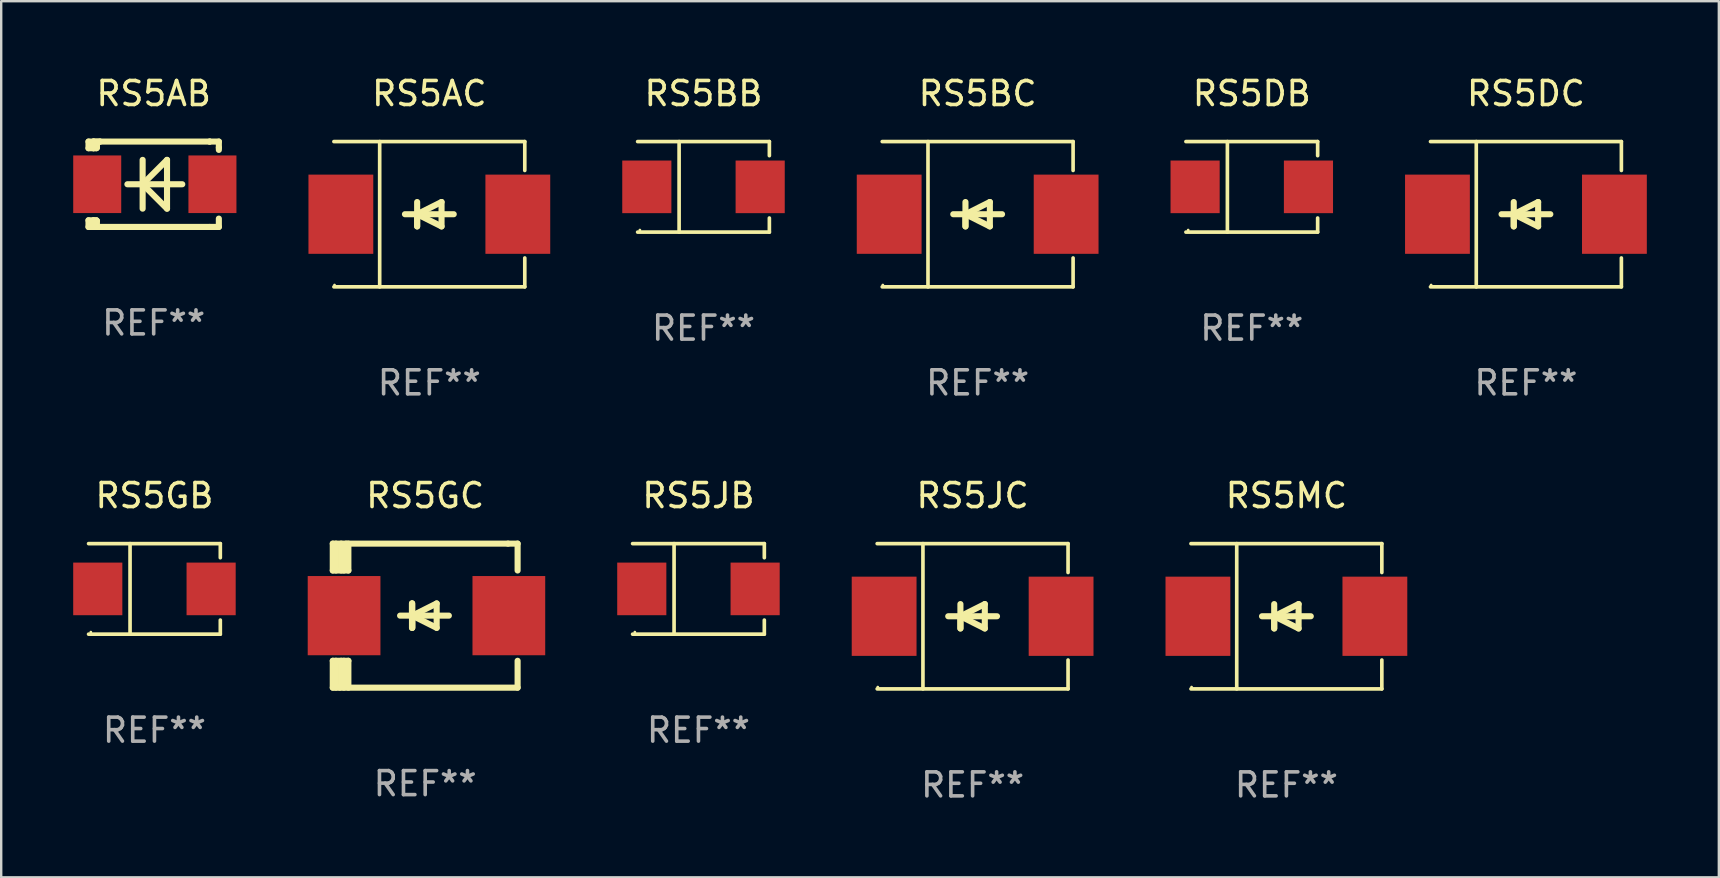
<source format=kicad_pcb>
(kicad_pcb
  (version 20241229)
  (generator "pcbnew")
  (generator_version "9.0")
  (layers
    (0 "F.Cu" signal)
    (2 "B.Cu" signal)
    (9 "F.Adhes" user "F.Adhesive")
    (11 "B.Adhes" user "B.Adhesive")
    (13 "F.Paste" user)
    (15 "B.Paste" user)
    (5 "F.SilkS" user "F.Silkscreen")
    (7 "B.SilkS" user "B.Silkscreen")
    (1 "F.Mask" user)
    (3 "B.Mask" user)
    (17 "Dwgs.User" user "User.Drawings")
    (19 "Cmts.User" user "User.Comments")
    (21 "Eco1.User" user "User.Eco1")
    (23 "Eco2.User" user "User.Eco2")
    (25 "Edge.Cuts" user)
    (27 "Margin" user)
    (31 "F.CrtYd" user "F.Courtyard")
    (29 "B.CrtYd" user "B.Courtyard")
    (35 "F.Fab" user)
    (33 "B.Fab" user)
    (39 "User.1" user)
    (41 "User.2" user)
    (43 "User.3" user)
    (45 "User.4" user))
  (footprint "RS5MC"
    (layer "F.Cu")
    (at 50.54 22.623)
    (property "Reference" "RS5MC" (at 0 -5.026 0) (layer "F.SilkS") (effects (font (size 1 1) (thickness 0.15))))
    (attr through_hole)
    (fp_line (start -3.976 -3.026) (end 3.976 -3.026) (stroke (width 0.152) (type solid)) (layer "F.SilkS"))
    (fp_line (start -3.976 3.026) (end 3.976 3.026) (stroke (width 0.152) (type solid)) (layer "F.SilkS"))
    (fp_line (start -2.069 -3.026) (end -2.069 3.026) (stroke (width 0.152) (type solid)) (layer "F.SilkS"))
    (fp_line (start -0.508 0) (end -0.508 0.508) (stroke (width 0.254) (type solid)) (layer "F.SilkS"))
    (fp_line (start -0.508 0) (end 0.508 0.508) (stroke (width 0.254) (type solid)) (layer "F.SilkS"))
    (fp_line (start -0.508 0.508) (end -0.508 -0.508) (stroke (width 0.254) (type solid)) (layer "F.SilkS"))
    (fp_line (start 0.508 -0.508) (end -0.508 0) (stroke (width 0.254) (type solid)) (layer "F.SilkS"))
    (fp_line (start 0.508 0.508) (end 0.508 -0.508) (stroke (width 0.254) (type solid)) (layer "F.SilkS"))
    (fp_line (start 1.016 0) (end -1.016 0) (stroke (width 0.254) (type solid)) (layer "F.SilkS"))
    (fp_line (start 3.976 -3.026) (end 3.976 -1.823) (stroke (width 0.152) (type solid)) (layer "F.SilkS"))
    (fp_line (start 3.976 3.026) (end 3.976 1.823) (stroke (width 0.152) (type solid)) (layer "F.SilkS"))
    (fp_circle (center -3.95 2.95) (end -3.92 2.95) (stroke (width 0.06) (type solid)) (fill no) (layer "F.SilkS"))
    (fp_text user "REF**" (at 0 7.026 0) (layer "F.Fab") (effects (font (size 1 1) (thickness 0.15))))
    (pad "1" smd rect (at -3.686 0) (size 2.7 3.3) (layers "F.Cu" "F.Mask" "F.Paste"))
    (pad "2" smd rect (at 3.686 0) (size 2.7 3.3) (layers "F.Cu" "F.Mask" "F.Paste")))
  (footprint "RS5BB"
    (layer "F.Cu")
    (at 26.257 4.734)
    (property "Reference" "RS5BB" (at 0 -3.886 0) (layer "F.SilkS") (effects (font (size 1 1) (thickness 0.15))))
    (attr through_hole)
    (fp_line (start -2.744 -1.886) (end 2.744 -1.886) (stroke (width 0.152) (type solid)) (layer "F.SilkS"))
    (fp_line (start -2.744 1.886) (end 2.744 1.886) (stroke (width 0.152) (type solid)) (layer "F.SilkS"))
    (fp_line (start -1.016 -1.886) (end -1.016 1.886) (stroke (width 0.152) (type solid)) (layer "F.SilkS"))
    (fp_line (start 2.744 -1.886) (end 2.744 -1.299) (stroke (width 0.152) (type solid)) (layer "F.SilkS"))
    (fp_line (start 2.744 1.886) (end 2.744 1.299) (stroke (width 0.152) (type solid)) (layer "F.SilkS"))
    (fp_circle (center -2.65 1.8) (end -2.62 1.8) (stroke (width 0.06) (type solid)) (fill no) (layer "F.SilkS"))
    (fp_text user "REF**" (at 0 5.886 0) (layer "F.Fab") (effects (font (size 1 1) (thickness 0.15))))
    (pad "1" smd rect (at -2.361 0) (size 2.047 2.192) (layers "F.Cu" "F.Mask" "F.Paste"))
    (pad "2" smd rect (at 2.361 0) (size 2.047 2.192) (layers "F.Cu" "F.Mask" "F.Paste")))
  (footprint "RS5BC"
    (layer "F.Cu")
    (at 37.678 5.874)
    (property "Reference" "RS5BC" (at 0 -5.026 0) (layer "F.SilkS") (effects (font (size 1 1) (thickness 0.15))))
    (attr through_hole)
    (fp_line (start -3.976 -3.026) (end 3.976 -3.026) (stroke (width 0.152) (type solid)) (layer "F.SilkS"))
    (fp_line (start -3.976 3.026) (end 3.976 3.026) (stroke (width 0.152) (type solid)) (layer "F.SilkS"))
    (fp_line (start -2.069 -3.026) (end -2.069 3.026) (stroke (width 0.152) (type solid)) (layer "F.SilkS"))
    (fp_line (start -0.508 0) (end -0.508 0.508) (stroke (width 0.254) (type solid)) (layer "F.SilkS"))
    (fp_line (start -0.508 0) (end 0.508 0.508) (stroke (width 0.254) (type solid)) (layer "F.SilkS"))
    (fp_line (start -0.508 0.508) (end -0.508 -0.508) (stroke (width 0.254) (type solid)) (layer "F.SilkS"))
    (fp_line (start 0.508 -0.508) (end -0.508 0) (stroke (width 0.254) (type solid)) (layer "F.SilkS"))
    (fp_line (start 0.508 0.508) (end 0.508 -0.508) (stroke (width 0.254) (type solid)) (layer "F.SilkS"))
    (fp_line (start 1.016 0) (end -1.016 0) (stroke (width 0.254) (type solid)) (layer "F.SilkS"))
    (fp_line (start 3.976 -3.026) (end 3.976 -1.823) (stroke (width 0.152) (type solid)) (layer "F.SilkS"))
    (fp_line (start 3.976 3.026) (end 3.976 1.823) (stroke (width 0.152) (type solid)) (layer "F.SilkS"))
    (fp_circle (center -3.95 2.95) (end -3.92 2.95) (stroke (width 0.06) (type solid)) (fill no) (layer "F.SilkS"))
    (fp_text user "REF**" (at 0 7.026 0) (layer "F.Fab") (effects (font (size 1 1) (thickness 0.15))))
    (pad "1" smd rect (at -3.686 0) (size 2.7 3.3) (layers "F.Cu" "F.Mask" "F.Paste"))
    (pad "2" smd rect (at 3.686 0) (size 2.7 3.3) (layers "F.Cu" "F.Mask" "F.Paste")))
  (footprint "RS5DC"
    (layer "F.Cu")
    (at 60.519 5.874)
    (property "Reference" "RS5DC" (at 0 -5.026 0) (layer "F.SilkS") (effects (font (size 1 1) (thickness 0.15))))
    (attr through_hole)
    (fp_line (start -3.976 -3.026) (end 3.976 -3.026) (stroke (width 0.152) (type solid)) (layer "F.SilkS"))
    (fp_line (start -3.976 3.026) (end 3.976 3.026) (stroke (width 0.152) (type solid)) (layer "F.SilkS"))
    (fp_line (start -2.069 -3.026) (end -2.069 3.026) (stroke (width 0.152) (type solid)) (layer "F.SilkS"))
    (fp_line (start -0.508 0) (end -0.508 0.508) (stroke (width 0.254) (type solid)) (layer "F.SilkS"))
    (fp_line (start -0.508 0) (end 0.508 0.508) (stroke (width 0.254) (type solid)) (layer "F.SilkS"))
    (fp_line (start -0.508 0.508) (end -0.508 -0.508) (stroke (width 0.254) (type solid)) (layer "F.SilkS"))
    (fp_line (start 0.508 -0.508) (end -0.508 0) (stroke (width 0.254) (type solid)) (layer "F.SilkS"))
    (fp_line (start 0.508 0.508) (end 0.508 -0.508) (stroke (width 0.254) (type solid)) (layer "F.SilkS"))
    (fp_line (start 1.016 0) (end -1.016 0) (stroke (width 0.254) (type solid)) (layer "F.SilkS"))
    (fp_line (start 3.976 -3.026) (end 3.976 -1.823) (stroke (width 0.152) (type solid)) (layer "F.SilkS"))
    (fp_line (start 3.976 3.026) (end 3.976 1.823) (stroke (width 0.152) (type solid)) (layer "F.SilkS"))
    (fp_circle (center -3.95 2.95) (end -3.92 2.95) (stroke (width 0.06) (type solid)) (fill no) (layer "F.SilkS"))
    (fp_text user "REF**" (at 0 7.026 0) (layer "F.Fab") (effects (font (size 1 1) (thickness 0.15))))
    (pad "1" smd rect (at -3.686 0) (size 2.7 3.3) (layers "F.Cu" "F.Mask" "F.Paste"))
    (pad "2" smd rect (at 3.686 0) (size 2.7 3.3) (layers "F.Cu" "F.Mask" "F.Paste")))
  (footprint "RS5GC"
    (layer "F.Cu")
    (at 14.663 22.597)
    (property "Reference" "RS5GC" (at 0 -5 0) (layer "F.SilkS") (effects (font (size 1 1) (thickness 0.15))))
    (attr through_hole)
    (fp_line (start -3.85 -1.881) (end -3.85 -3) (stroke (width 0.254) (type solid)) (layer "F.SilkS"))
    (fp_line (start -3.85 1.881) (end -3.2 1.881) (stroke (width 0.254) (type solid)) (layer "F.SilkS"))
    (fp_line (start -3.85 3) (end -3.85 1.881) (stroke (width 0.254) (type solid)) (layer "F.SilkS"))
    (fp_line (start -3.719 -1.881) (end -3.719 -3) (stroke (width 0.254) (type solid)) (layer "F.SilkS"))
    (fp_line (start -3.719 3) (end -3.719 1.881) (stroke (width 0.254) (type solid)) (layer "F.SilkS"))
    (fp_line (start -3.5 -3) (end -3.5 -1.881) (stroke (width 0.254) (type solid)) (layer "F.SilkS"))
    (fp_line (start -3.5 1.881) (end -3.5 2.944) (stroke (width 0.254) (type solid)) (layer "F.SilkS"))
    (fp_line (start -3.5 2.944) (end -3.556 3) (stroke (width 0.254) (type solid)) (layer "F.SilkS"))
    (fp_line (start -3.388 -2.906) (end -3.295 -3) (stroke (width 0.254) (type solid)) (layer "F.SilkS"))
    (fp_line (start -3.388 -1.881) (end -3.388 -2.906) (stroke (width 0.254) (type solid)) (layer "F.SilkS"))
    (fp_line (start -3.388 3) (end -3.388 1.881) (stroke (width 0.254) (type solid)) (layer "F.SilkS"))
    (fp_line (start -3.2 -3) (end -3.2 -1.881) (stroke (width 0.254) (type solid)) (layer "F.SilkS"))
    (fp_line (start -3.2 -1.881) (end -3.85 -1.881) (stroke (width 0.254) (type solid)) (layer "F.SilkS"))
    (fp_line (start -3.2 1.881) (end -3.2 3) (stroke (width 0.254) (type solid)) (layer "F.SilkS"))
    (fp_line (start -0.55 -0.508) (end -0.55 0.508) (stroke (width 0.254) (type solid)) (layer "F.SilkS"))
    (fp_line (start -0.55 0) (end -0.55 -0.508) (stroke (width 0.254) (type solid)) (layer "F.SilkS"))
    (fp_line (start -0.538 0) (end -0.538 0.508) (stroke (width 0.254) (type solid)) (layer "F.SilkS"))
    (fp_line (start -0.538 0) (end 0.478 0.508) (stroke (width 0.254) (type solid)) (layer "F.SilkS"))
    (fp_line (start -0.538 0.508) (end -0.538 -0.508) (stroke (width 0.254) (type solid)) (layer "F.SilkS"))
    (fp_line (start 0.478 -0.508) (end -0.538 0) (stroke (width 0.254) (type solid)) (layer "F.SilkS"))
    (fp_line (start 0.478 0.508) (end 0.478 -0.508) (stroke (width 0.254) (type solid)) (layer "F.SilkS"))
    (fp_line (start 0.986 0) (end -1.046 0) (stroke (width 0.254) (type solid)) (layer "F.SilkS"))
    (fp_line (start 3.45 -3) (end -3.85 -3) (stroke (width 0.254) (type solid)) (layer "F.SilkS"))
    (fp_line (start 3.45 -3) (end 3.85 -3) (stroke (width 0.254) (type solid)) (layer "F.SilkS"))
    (fp_line (start 3.85 -3) (end 3.85 -1.881) (stroke (width 0.254) (type solid)) (layer "F.SilkS"))
    (fp_line (start 3.85 1.881) (end 3.85 3) (stroke (width 0.254) (type solid)) (layer "F.SilkS"))
    (fp_line (start 3.85 3) (end -3.85 3) (stroke (width 0.254) (type solid)) (layer "F.SilkS"))
    (fp_circle (center -3.847 2.95) (end -3.817 2.95) (stroke (width 0.06) (type solid)) (fill no) (layer "F.SilkS"))
    (fp_text user "REF**" (at 0 7 0) (layer "F.Fab") (effects (font (size 1 1) (thickness 0.15))))
    (pad "1" smd rect (at -3.379 0) (size 3.03 3.3) (layers "F.Cu" "F.Mask" "F.Paste"))
    (pad "2" smd rect (at 3.485 0) (size 3.03 3.3) (layers "F.Cu" "F.Mask" "F.Paste")))
  (footprint "RS5JC"
    (layer "F.Cu")
    (at 37.468 22.623)
    (property "Reference" "RS5JC" (at 0 -5.026 0) (layer "F.SilkS") (effects (font (size 1 1) (thickness 0.15))))
    (attr through_hole)
    (fp_line (start -3.976 -3.026) (end 3.976 -3.026) (stroke (width 0.152) (type solid)) (layer "F.SilkS"))
    (fp_line (start -3.976 3.026) (end 3.976 3.026) (stroke (width 0.152) (type solid)) (layer "F.SilkS"))
    (fp_line (start -2.069 -3.026) (end -2.069 3.026) (stroke (width 0.152) (type solid)) (layer "F.SilkS"))
    (fp_line (start -0.508 0) (end -0.508 0.508) (stroke (width 0.254) (type solid)) (layer "F.SilkS"))
    (fp_line (start -0.508 0) (end 0.508 0.508) (stroke (width 0.254) (type solid)) (layer "F.SilkS"))
    (fp_line (start -0.508 0.508) (end -0.508 -0.508) (stroke (width 0.254) (type solid)) (layer "F.SilkS"))
    (fp_line (start 0.508 -0.508) (end -0.508 0) (stroke (width 0.254) (type solid)) (layer "F.SilkS"))
    (fp_line (start 0.508 0.508) (end 0.508 -0.508) (stroke (width 0.254) (type solid)) (layer "F.SilkS"))
    (fp_line (start 1.016 0) (end -1.016 0) (stroke (width 0.254) (type solid)) (layer "F.SilkS"))
    (fp_line (start 3.976 -3.026) (end 3.976 -1.823) (stroke (width 0.152) (type solid)) (layer "F.SilkS"))
    (fp_line (start 3.976 3.026) (end 3.976 1.823) (stroke (width 0.152) (type solid)) (layer "F.SilkS"))
    (fp_circle (center -3.95 2.95) (end -3.92 2.95) (stroke (width 0.06) (type solid)) (fill no) (layer "F.SilkS"))
    (fp_text user "REF**" (at 0 7.026 0) (layer "F.Fab") (effects (font (size 1 1) (thickness 0.15))))
    (pad "1" smd rect (at -3.686 0) (size 2.7 3.3) (layers "F.Cu" "F.Mask" "F.Paste"))
    (pad "2" smd rect (at 3.686 0) (size 2.7 3.3) (layers "F.Cu" "F.Mask" "F.Paste")))
  (footprint "RS5GB"
    (layer "F.Cu")
    (at 3.384 21.483)
    (property "Reference" "RS5GB" (at 0 -3.886 0) (layer "F.SilkS") (effects (font (size 1 1) (thickness 0.15))))
    (attr through_hole)
    (fp_line (start -2.744 -1.886) (end 2.744 -1.886) (stroke (width 0.152) (type solid)) (layer "F.SilkS"))
    (fp_line (start -2.744 1.886) (end 2.744 1.886) (stroke (width 0.152) (type solid)) (layer "F.SilkS"))
    (fp_line (start -1.016 -1.886) (end -1.016 1.886) (stroke (width 0.152) (type solid)) (layer "F.SilkS"))
    (fp_line (start 2.744 -1.886) (end 2.744 -1.299) (stroke (width 0.152) (type solid)) (layer "F.SilkS"))
    (fp_line (start 2.744 1.886) (end 2.744 1.299) (stroke (width 0.152) (type solid)) (layer "F.SilkS"))
    (fp_circle (center -2.65 1.8) (end -2.62 1.8) (stroke (width 0.06) (type solid)) (fill no) (layer "F.SilkS"))
    (fp_text user "REF**" (at 0 5.886 0) (layer "F.Fab") (effects (font (size 1 1) (thickness 0.15))))
    (pad "1" smd rect (at -2.361 0) (size 2.047 2.192) (layers "F.Cu" "F.Mask" "F.Paste"))
    (pad "2" smd rect (at 2.361 0) (size 2.047 2.192) (layers "F.Cu" "F.Mask" "F.Paste")))
  (footprint "RS5JB"
    (layer "F.Cu")
    (at 26.047 21.483)
    (property "Reference" "RS5JB" (at 0 -3.886 0) (layer "F.SilkS") (effects (font (size 1 1) (thickness 0.15))))
    (attr through_hole)
    (fp_line (start -2.744 -1.886) (end 2.744 -1.886) (stroke (width 0.152) (type solid)) (layer "F.SilkS"))
    (fp_line (start -2.744 1.886) (end 2.744 1.886) (stroke (width 0.152) (type solid)) (layer "F.SilkS"))
    (fp_line (start -1.016 -1.886) (end -1.016 1.886) (stroke (width 0.152) (type solid)) (layer "F.SilkS"))
    (fp_line (start 2.744 -1.886) (end 2.744 -1.299) (stroke (width 0.152) (type solid)) (layer "F.SilkS"))
    (fp_line (start 2.744 1.886) (end 2.744 1.299) (stroke (width 0.152) (type solid)) (layer "F.SilkS"))
    (fp_circle (center -2.65 1.8) (end -2.62 1.8) (stroke (width 0.06) (type solid)) (fill no) (layer "F.SilkS"))
    (fp_text user "REF**" (at 0 5.886 0) (layer "F.Fab") (effects (font (size 1 1) (thickness 0.15))))
    (pad "1" smd rect (at -2.361 0) (size 2.047 2.192) (layers "F.Cu" "F.Mask" "F.Paste"))
    (pad "2" smd rect (at 2.361 0) (size 2.047 2.192) (layers "F.Cu" "F.Mask" "F.Paste")))
  (footprint "RS5AB"
    (layer "F.Cu")
    (at 3.352 4.626)
    (property "Reference" "RS5AB" (at 0 -3.778 0) (layer "F.SilkS") (effects (font (size 1 1) (thickness 0.15))))
    (attr through_hole)
    (fp_line (start -2.715 -1.778) (end -2.715 -1.501) (stroke (width 0.254) (type solid)) (layer "F.SilkS"))
    (fp_line (start -2.715 -1.501) (end -2.505 -1.501) (stroke (width 0.254) (type solid)) (layer "F.SilkS"))
    (fp_line (start -2.715 1.501) (end -2.715 1.778) (stroke (width 0.254) (type solid)) (layer "F.SilkS"))
    (fp_line (start -2.715 1.501) (end -2.505 1.501) (stroke (width 0.254) (type solid)) (layer "F.SilkS"))
    (fp_line (start -2.715 1.778) (end -2.504 1.778) (stroke (width 0.254) (type solid)) (layer "F.SilkS"))
    (fp_line (start -2.505 -1.778) (end -2.715 -1.778) (stroke (width 0.254) (type solid)) (layer "F.SilkS"))
    (fp_line (start -2.505 -1.778) (end -2.238 -1.778) (stroke (width 0.254) (type solid)) (layer "F.SilkS"))
    (fp_line (start -2.505 -1.501) (end -2.505 -1.651) (stroke (width 0.254) (type solid)) (layer "F.SilkS"))
    (fp_line (start -2.505 -1.501) (end -2.388 -1.501) (stroke (width 0.254) (type solid)) (layer "F.SilkS"))
    (fp_line (start -2.505 1.501) (end -2.505 1.778) (stroke (width 0.254) (type solid)) (layer "F.SilkS"))
    (fp_line (start -2.505 1.501) (end -2.388 1.501) (stroke (width 0.254) (type solid)) (layer "F.SilkS"))
    (fp_line (start -2.388 1.501) (end -2.365 1.524) (stroke (width 0.254) (type solid)) (layer "F.SilkS"))
    (fp_line (start -2.388 -1.501) (end -2.365 -1.524) (stroke (width 0.254) (type solid)) (layer "F.SilkS"))
    (fp_line (start -2.365 -1.651) (end -2.505 -1.778) (stroke (width 0.254) (type solid)) (layer "F.SilkS"))
    (fp_line (start -2.365 -1.524) (end -2.365 -1.651) (stroke (width 0.254) (type solid)) (layer "F.SilkS"))
    (fp_line (start -2.365 1.524) (end -2.365 1.778) (stroke (width 0.254) (type solid)) (layer "F.SilkS"))
    (fp_line (start -2.239 -1.778) (end 2.333 -1.778) (stroke (width 0.254) (type solid)) (layer "F.SilkS"))
    (fp_line (start -2.238 -1.778) (end -2.505 -1.778) (stroke (width 0.254) (type solid)) (layer "F.SilkS"))
    (fp_line (start -1.095 0) (end 1.191 0) (stroke (width 0.254) (type solid)) (layer "F.SilkS"))
    (fp_line (start -0.46 -1.016) (end -0.46 1.016) (stroke (width 0.254) (type solid)) (layer "F.SilkS"))
    (fp_line (start -0.46 -0.000127) (end 0.556 1.016) (stroke (width 0.254) (type solid)) (layer "F.SilkS"))
    (fp_line (start 0.556 -1.016) (end 0.556 1.016) (stroke (width 0.254) (type solid)) (layer "F.SilkS"))
    (fp_line (start 0.556 -1.016) (end -0.46 -0.000127) (stroke (width 0.254) (type solid)) (layer "F.SilkS"))
    (fp_line (start 2.333 -1.778) (end 2.333 -1.778) (stroke (width 0.254) (type solid)) (layer "F.SilkS"))
    (fp_line (start 2.333 -1.778) (end 2.715 -1.778) (stroke (width 0.254) (type solid)) (layer "F.SilkS"))
    (fp_line (start 2.334 1.778) (end -2.504 1.778) (stroke (width 0.254) (type solid)) (layer "F.SilkS"))
    (fp_line (start 2.715 -1.778) (end 2.715 -1.524) (stroke (width 0.254) (type solid)) (layer "F.SilkS"))
    (fp_line (start 2.715 -1.524) (end 2.715 -1.431) (stroke (width 0.254) (type solid)) (layer "F.SilkS"))
    (fp_line (start 2.715 1.431) (end 2.715 1.778) (stroke (width 0.254) (type solid)) (layer "F.SilkS"))
    (fp_line (start 2.715 1.778) (end 2.334 1.778) (stroke (width 0.254) (type solid)) (layer "F.SilkS"))
    (fp_circle (center -2.602 1.8) (end -2.572 1.8) (stroke (width 0.06) (type solid)) (fill no) (layer "F.SilkS"))
    (fp_text user "REF**" (at 0 5.778 0) (layer "F.Fab") (effects (font (size 1 1) (thickness 0.15))))
    (pad "1" smd rect (at -2.352 -0.000076) (size 2 2.4) (layers "F.Cu" "F.Mask" "F.Paste"))
    (pad "2" smd rect (at 2.448 -0.000076) (size 2 2.4) (layers "F.Cu" "F.Mask" "F.Paste")))
  (footprint "RS5AC"
    (layer "F.Cu")
    (at 14.836 5.874)
    (property "Reference" "RS5AC" (at 0 -5.026 0) (layer "F.SilkS") (effects (font (size 1 1) (thickness 0.15))))
    (attr through_hole)
    (fp_line (start -3.976 -3.026) (end 3.976 -3.026) (stroke (width 0.152) (type solid)) (layer "F.SilkS"))
    (fp_line (start -3.976 3.026) (end 3.976 3.026) (stroke (width 0.152) (type solid)) (layer "F.SilkS"))
    (fp_line (start -2.069 -3.026) (end -2.069 3.026) (stroke (width 0.152) (type solid)) (layer "F.SilkS"))
    (fp_line (start -0.508 0) (end -0.508 0.508) (stroke (width 0.254) (type solid)) (layer "F.SilkS"))
    (fp_line (start -0.508 0) (end 0.508 0.508) (stroke (width 0.254) (type solid)) (layer "F.SilkS"))
    (fp_line (start -0.508 0.508) (end -0.508 -0.508) (stroke (width 0.254) (type solid)) (layer "F.SilkS"))
    (fp_line (start 0.508 -0.508) (end -0.508 0) (stroke (width 0.254) (type solid)) (layer "F.SilkS"))
    (fp_line (start 0.508 0.508) (end 0.508 -0.508) (stroke (width 0.254) (type solid)) (layer "F.SilkS"))
    (fp_line (start 1.016 0) (end -1.016 0) (stroke (width 0.254) (type solid)) (layer "F.SilkS"))
    (fp_line (start 3.976 -3.026) (end 3.976 -1.823) (stroke (width 0.152) (type solid)) (layer "F.SilkS"))
    (fp_line (start 3.976 3.026) (end 3.976 1.823) (stroke (width 0.152) (type solid)) (layer "F.SilkS"))
    (fp_circle (center -3.95 2.95) (end -3.92 2.95) (stroke (width 0.06) (type solid)) (fill no) (layer "F.SilkS"))
    (fp_text user "REF**" (at 0 7.026 0) (layer "F.Fab") (effects (font (size 1 1) (thickness 0.15))))
    (pad "1" smd rect (at -3.686 0) (size 2.7 3.3) (layers "F.Cu" "F.Mask" "F.Paste"))
    (pad "2" smd rect (at 3.686 0) (size 2.7 3.3) (layers "F.Cu" "F.Mask" "F.Paste")))
  (footprint "RS5DB"
    (layer "F.Cu")
    (at 49.098 4.734)
    (property "Reference" "RS5DB" (at 0 -3.886 0) (layer "F.SilkS") (effects (font (size 1 1) (thickness 0.15))))
    (attr through_hole)
    (fp_line (start -2.744 -1.886) (end 2.744 -1.886) (stroke (width 0.152) (type solid)) (layer "F.SilkS"))
    (fp_line (start -2.744 1.886) (end 2.744 1.886) (stroke (width 0.152) (type solid)) (layer "F.SilkS"))
    (fp_line (start -1.016 -1.886) (end -1.016 1.886) (stroke (width 0.152) (type solid)) (layer "F.SilkS"))
    (fp_line (start 2.744 -1.886) (end 2.744 -1.299) (stroke (width 0.152) (type solid)) (layer "F.SilkS"))
    (fp_line (start 2.744 1.886) (end 2.744 1.299) (stroke (width 0.152) (type solid)) (layer "F.SilkS"))
    (fp_circle (center -2.65 1.8) (end -2.62 1.8) (stroke (width 0.06) (type solid)) (fill no) (layer "F.SilkS"))
    (fp_text user "REF**" (at 0 5.886 0) (layer "F.Fab") (effects (font (size 1 1) (thickness 0.15))))
    (pad "1" smd rect (at -2.361 0) (size 2.047 2.192) (layers "F.Cu" "F.Mask" "F.Paste"))
    (pad "2" smd rect (at 2.361 0) (size 2.047 2.192) (layers "F.Cu" "F.Mask" "F.Paste")))
  (gr_rect
    (start -3 -3)
    (end 68.555 33.498)
    (stroke (width 0.1) (type default))
    (fill no)
    (layer "Edge.Cuts")))
</source>
